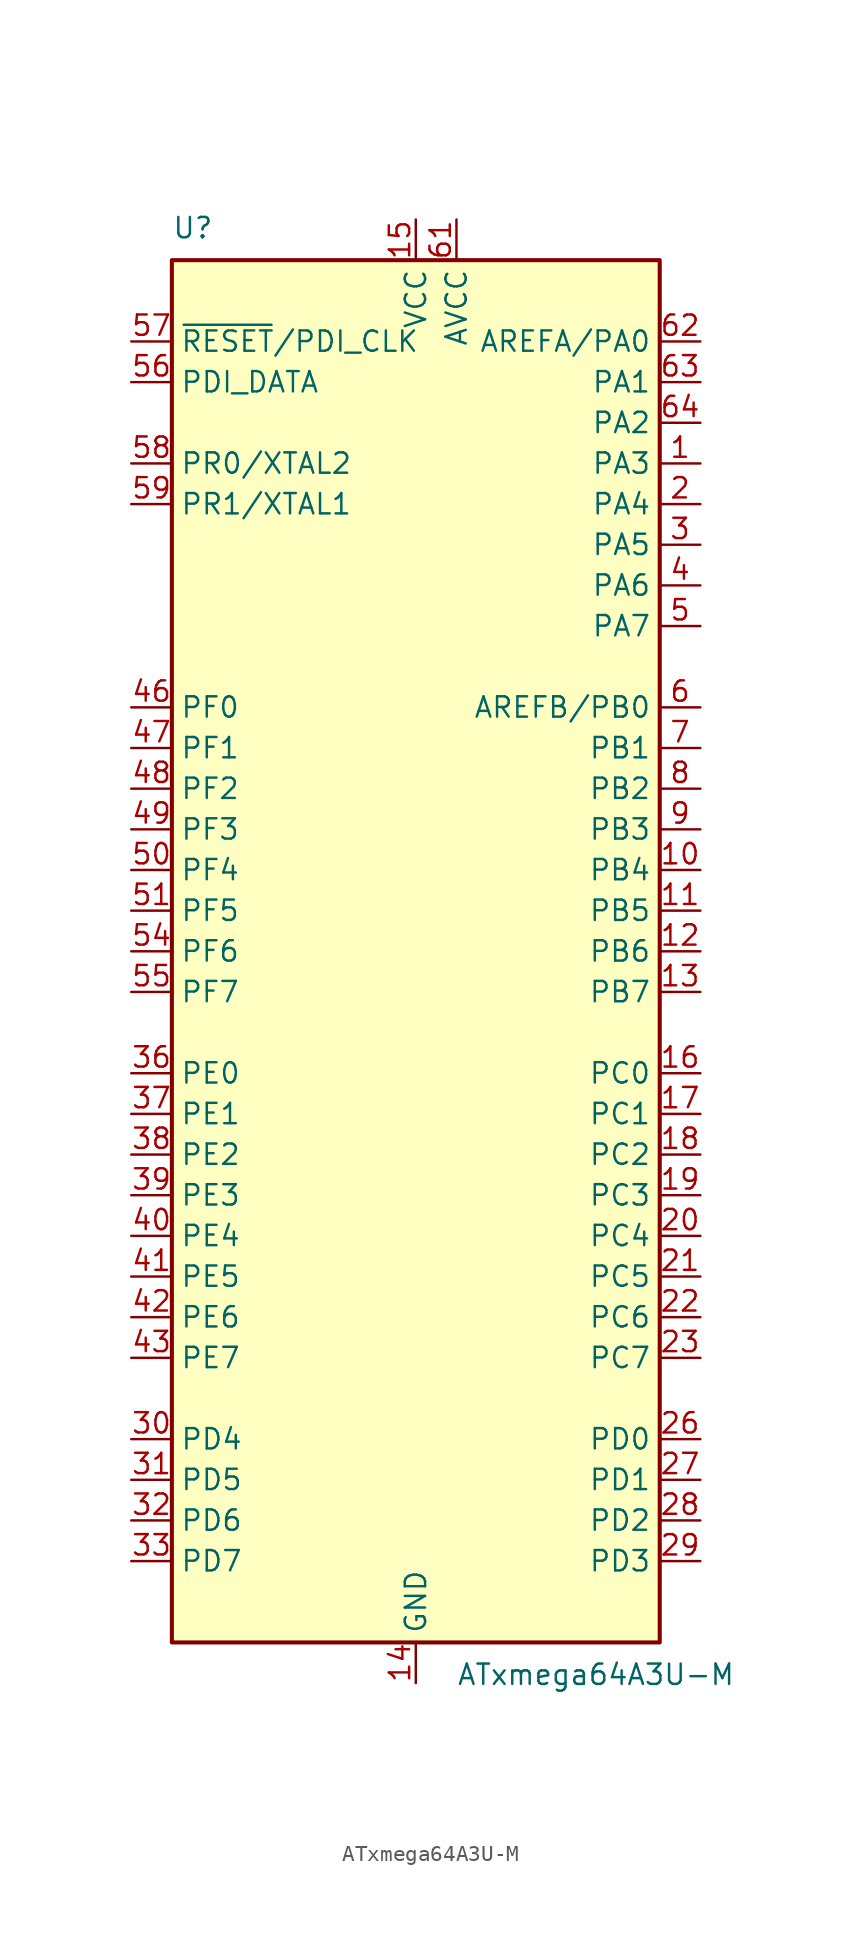
<source format=kicad_sym>
(kicad_symbol_lib
  (version 20201005)
  (generator kicad_symbol_editor)
  (symbol "ATxmega64A3U-M"
    (property "Reference" "U"
      (at -15.24 44.45 0)
      (effects (font (size 1.27 1.27)) (justify left bottom)))
    (property "Value" "ATxmega64A3U-M"
      (at 2.54 -44.45 0)
      (effects (font (size 1.27 1.27)) (justify left top)))
    (symbol "ATxmega64A3U-M_0_1"
      (rectangle (start -15.24 -43.18) (end 15.24 43.18) (stroke (width 0.254)) (fill (type background))))
    (symbol "ATxmega64A3U-M_1_1"
      (pin bidirectional line (at 17.78 30.48 180) (length 2.54) (name "PA3" (effects (font (size 1.27 1.27)))) (number "1" (effects (font (size 1.27 1.27)))))
      (pin bidirectional line (at 17.78 5.08 180) (length 2.54) (name "PB4" (effects (font (size 1.27 1.27)))) (number "10" (effects (font (size 1.27 1.27)))))
      (pin bidirectional line (at 17.78 2.54 180) (length 2.54) (name "PB5" (effects (font (size 1.27 1.27)))) (number "11" (effects (font (size 1.27 1.27)))))
      (pin bidirectional line (at 17.78 0 180) (length 2.54) (name "PB6" (effects (font (size 1.27 1.27)))) (number "12" (effects (font (size 1.27 1.27)))))
      (pin bidirectional line (at 17.78 -2.54 180) (length 2.54) (name "PB7" (effects (font (size 1.27 1.27)))) (number "13" (effects (font (size 1.27 1.27)))))
      (pin power_in line (at 0 -45.72 90) (length 2.54) (name "GND" (effects (font (size 1.27 1.27)))) (number "14" (effects (font (size 1.27 1.27)))))
      (pin power_in line (at 0 45.72 270) (length 2.54) (name "VCC" (effects (font (size 1.27 1.27)))) (number "15" (effects (font (size 1.27 1.27)))))
      (pin bidirectional line (at 17.78 -7.62 180) (length 2.54) (name "PC0" (effects (font (size 1.27 1.27)))) (number "16" (effects (font (size 1.27 1.27)))))
      (pin bidirectional line (at 17.78 -10.16 180) (length 2.54) (name "PC1" (effects (font (size 1.27 1.27)))) (number "17" (effects (font (size 1.27 1.27)))))
      (pin bidirectional line (at 17.78 -12.7 180) (length 2.54) (name "PC2" (effects (font (size 1.27 1.27)))) (number "18" (effects (font (size 1.27 1.27)))))
      (pin bidirectional line (at 17.78 -15.24 180) (length 2.54) (name "PC3" (effects (font (size 1.27 1.27)))) (number "19" (effects (font (size 1.27 1.27)))))
      (pin bidirectional line (at 17.78 27.94 180) (length 2.54) (name "PA4" (effects (font (size 1.27 1.27)))) (number "2" (effects (font (size 1.27 1.27)))))
      (pin bidirectional line (at 17.78 -17.78 180) (length 2.54) (name "PC4" (effects (font (size 1.27 1.27)))) (number "20" (effects (font (size 1.27 1.27)))))
      (pin bidirectional line (at 17.78 -20.32 180) (length 2.54) (name "PC5" (effects (font (size 1.27 1.27)))) (number "21" (effects (font (size 1.27 1.27)))))
      (pin bidirectional line (at 17.78 -22.86 180) (length 2.54) (name "PC6" (effects (font (size 1.27 1.27)))) (number "22" (effects (font (size 1.27 1.27)))))
      (pin bidirectional line (at 17.78 -25.4 180) (length 2.54) (name "PC7" (effects (font (size 1.27 1.27)))) (number "23" (effects (font (size 1.27 1.27)))))
      (pin passive line (at 0 -45.72 90) (length 2.54) hide (name "GND" (effects (font (size 1.27 1.27)))) (number "24" (effects (font (size 1.27 1.27)))))
      (pin passive line (at 0 45.72 270) (length 2.54) hide (name "VCC" (effects (font (size 1.27 1.27)))) (number "25" (effects (font (size 1.27 1.27)))))
      (pin bidirectional line (at 17.78 -30.48 180) (length 2.54) (name "PD0" (effects (font (size 1.27 1.27)))) (number "26" (effects (font (size 1.27 1.27)))))
      (pin bidirectional line (at 17.78 -33.02 180) (length 2.54) (name "PD1" (effects (font (size 1.27 1.27)))) (number "27" (effects (font (size 1.27 1.27)))))
      (pin bidirectional line (at 17.78 -35.56 180) (length 2.54) (name "PD2" (effects (font (size 1.27 1.27)))) (number "28" (effects (font (size 1.27 1.27)))))
      (pin bidirectional line (at 17.78 -38.1 180) (length 2.54) (name "PD3" (effects (font (size 1.27 1.27)))) (number "29" (effects (font (size 1.27 1.27)))))
      (pin bidirectional line (at 17.78 25.4 180) (length 2.54) (name "PA5" (effects (font (size 1.27 1.27)))) (number "3" (effects (font (size 1.27 1.27)))))
      (pin bidirectional line (at -17.78 -30.48 0) (length 2.54) (name "PD4" (effects (font (size 1.27 1.27)))) (number "30" (effects (font (size 1.27 1.27)))))
      (pin bidirectional line (at -17.78 -33.02 0) (length 2.54) (name "PD5" (effects (font (size 1.27 1.27)))) (number "31" (effects (font (size 1.27 1.27)))))
      (pin bidirectional line (at -17.78 -35.56 0) (length 2.54) (name "PD6" (effects (font (size 1.27 1.27)))) (number "32" (effects (font (size 1.27 1.27)))))
      (pin bidirectional line (at -17.78 -38.1 0) (length 2.54) (name "PD7" (effects (font (size 1.27 1.27)))) (number "33" (effects (font (size 1.27 1.27)))))
      (pin passive line (at 0 -45.72 90) (length 2.54) hide (name "GND" (effects (font (size 1.27 1.27)))) (number "34" (effects (font (size 1.27 1.27)))))
      (pin passive line (at 0 45.72 270) (length 2.54) hide (name "VCC" (effects (font (size 1.27 1.27)))) (number "35" (effects (font (size 1.27 1.27)))))
      (pin bidirectional line (at -17.78 -7.62 0) (length 2.54) (name "PE0" (effects (font (size 1.27 1.27)))) (number "36" (effects (font (size 1.27 1.27)))))
      (pin bidirectional line (at -17.78 -10.16 0) (length 2.54) (name "PE1" (effects (font (size 1.27 1.27)))) (number "37" (effects (font (size 1.27 1.27)))))
      (pin bidirectional line (at -17.78 -12.7 0) (length 2.54) (name "PE2" (effects (font (size 1.27 1.27)))) (number "38" (effects (font (size 1.27 1.27)))))
      (pin bidirectional line (at -17.78 -15.24 0) (length 2.54) (name "PE3" (effects (font (size 1.27 1.27)))) (number "39" (effects (font (size 1.27 1.27)))))
      (pin bidirectional line (at 17.78 22.86 180) (length 2.54) (name "PA6" (effects (font (size 1.27 1.27)))) (number "4" (effects (font (size 1.27 1.27)))))
      (pin bidirectional line (at -17.78 -17.78 0) (length 2.54) (name "PE4" (effects (font (size 1.27 1.27)))) (number "40" (effects (font (size 1.27 1.27)))))
      (pin bidirectional line (at -17.78 -20.32 0) (length 2.54) (name "PE5" (effects (font (size 1.27 1.27)))) (number "41" (effects (font (size 1.27 1.27)))))
      (pin bidirectional line (at -17.78 -22.86 0) (length 2.54) (name "PE6" (effects (font (size 1.27 1.27)))) (number "42" (effects (font (size 1.27 1.27)))))
      (pin bidirectional line (at -17.78 -25.4 0) (length 2.54) (name "PE7" (effects (font (size 1.27 1.27)))) (number "43" (effects (font (size 1.27 1.27)))))
      (pin passive line (at 0 -45.72 90) (length 2.54) hide (name "GND" (effects (font (size 1.27 1.27)))) (number "44" (effects (font (size 1.27 1.27)))))
      (pin passive line (at 0 45.72 270) (length 2.54) hide (name "VCC" (effects (font (size 1.27 1.27)))) (number "45" (effects (font (size 1.27 1.27)))))
      (pin bidirectional line (at -17.78 15.24 0) (length 2.54) (name "PF0" (effects (font (size 1.27 1.27)))) (number "46" (effects (font (size 1.27 1.27)))))
      (pin bidirectional line (at -17.78 12.7 0) (length 2.54) (name "PF1" (effects (font (size 1.27 1.27)))) (number "47" (effects (font (size 1.27 1.27)))))
      (pin bidirectional line (at -17.78 10.16 0) (length 2.54) (name "PF2" (effects (font (size 1.27 1.27)))) (number "48" (effects (font (size 1.27 1.27)))))
      (pin bidirectional line (at -17.78 7.62 0) (length 2.54) (name "PF3" (effects (font (size 1.27 1.27)))) (number "49" (effects (font (size 1.27 1.27)))))
      (pin bidirectional line (at 17.78 20.32 180) (length 2.54) (name "PA7" (effects (font (size 1.27 1.27)))) (number "5" (effects (font (size 1.27 1.27)))))
      (pin bidirectional line (at -17.78 5.08 0) (length 2.54) (name "PF4" (effects (font (size 1.27 1.27)))) (number "50" (effects (font (size 1.27 1.27)))))
      (pin bidirectional line (at -17.78 2.54 0) (length 2.54) (name "PF5" (effects (font (size 1.27 1.27)))) (number "51" (effects (font (size 1.27 1.27)))))
      (pin passive line (at 0 -45.72 90) (length 2.54) hide (name "GND" (effects (font (size 1.27 1.27)))) (number "52" (effects (font (size 1.27 1.27)))))
      (pin passive line (at 0 45.72 270) (length 2.54) hide (name "VCC" (effects (font (size 1.27 1.27)))) (number "53" (effects (font (size 1.27 1.27)))))
      (pin bidirectional line (at -17.78 0 0) (length 2.54) (name "PF6" (effects (font (size 1.27 1.27)))) (number "54" (effects (font (size 1.27 1.27)))))
      (pin bidirectional line (at -17.78 -2.54 0) (length 2.54) (name "PF7" (effects (font (size 1.27 1.27)))) (number "55" (effects (font (size 1.27 1.27)))))
      (pin bidirectional line (at -17.78 35.56 0) (length 2.54) (name "PDI_DATA" (effects (font (size 1.27 1.27)))) (number "56" (effects (font (size 1.27 1.27)))))
      (pin input line (at -17.78 38.1 0) (length 2.54) (name "~RESET~/PDI_CLK" (effects (font (size 1.27 1.27)))) (number "57" (effects (font (size 1.27 1.27)))))
      (pin bidirectional line (at -17.78 30.48 0) (length 2.54) (name "PR0/XTAL2" (effects (font (size 1.27 1.27)))) (number "58" (effects (font (size 1.27 1.27)))))
      (pin bidirectional line (at -17.78 27.94 0) (length 2.54) (name "PR1/XTAL1" (effects (font (size 1.27 1.27)))) (number "59" (effects (font (size 1.27 1.27)))))
      (pin bidirectional line (at 17.78 15.24 180) (length 2.54) (name "AREFB/PB0" (effects (font (size 1.27 1.27)))) (number "6" (effects (font (size 1.27 1.27)))))
      (pin passive line (at 0 -45.72 90) (length 2.54) hide (name "GND" (effects (font (size 1.27 1.27)))) (number "60" (effects (font (size 1.27 1.27)))))
      (pin power_in line (at 2.54 45.72 270) (length 2.54) (name "AVCC" (effects (font (size 1.27 1.27)))) (number "61" (effects (font (size 1.27 1.27)))))
      (pin bidirectional line (at 17.78 38.1 180) (length 2.54) (name "AREFA/PA0" (effects (font (size 1.27 1.27)))) (number "62" (effects (font (size 1.27 1.27)))))
      (pin bidirectional line (at 17.78 35.56 180) (length 2.54) (name "PA1" (effects (font (size 1.27 1.27)))) (number "63" (effects (font (size 1.27 1.27)))))
      (pin bidirectional line (at 17.78 33.02 180) (length 2.54) (name "PA2" (effects (font (size 1.27 1.27)))) (number "64" (effects (font (size 1.27 1.27)))))
      (pin passive line (at 0 -45.72 90) (length 2.54) hide (name "GND" (effects (font (size 1.27 1.27)))) (number "65" (effects (font (size 1.27 1.27)))))
      (pin bidirectional line (at 17.78 12.7 180) (length 2.54) (name "PB1" (effects (font (size 1.27 1.27)))) (number "7" (effects (font (size 1.27 1.27)))))
      (pin bidirectional line (at 17.78 10.16 180) (length 2.54) (name "PB2" (effects (font (size 1.27 1.27)))) (number "8" (effects (font (size 1.27 1.27)))))
      (pin bidirectional line (at 17.78 7.62 180) (length 2.54) (name "PB3" (effects (font (size 1.27 1.27)))) (number "9" (effects (font (size 1.27 1.27))))))))
</source>
